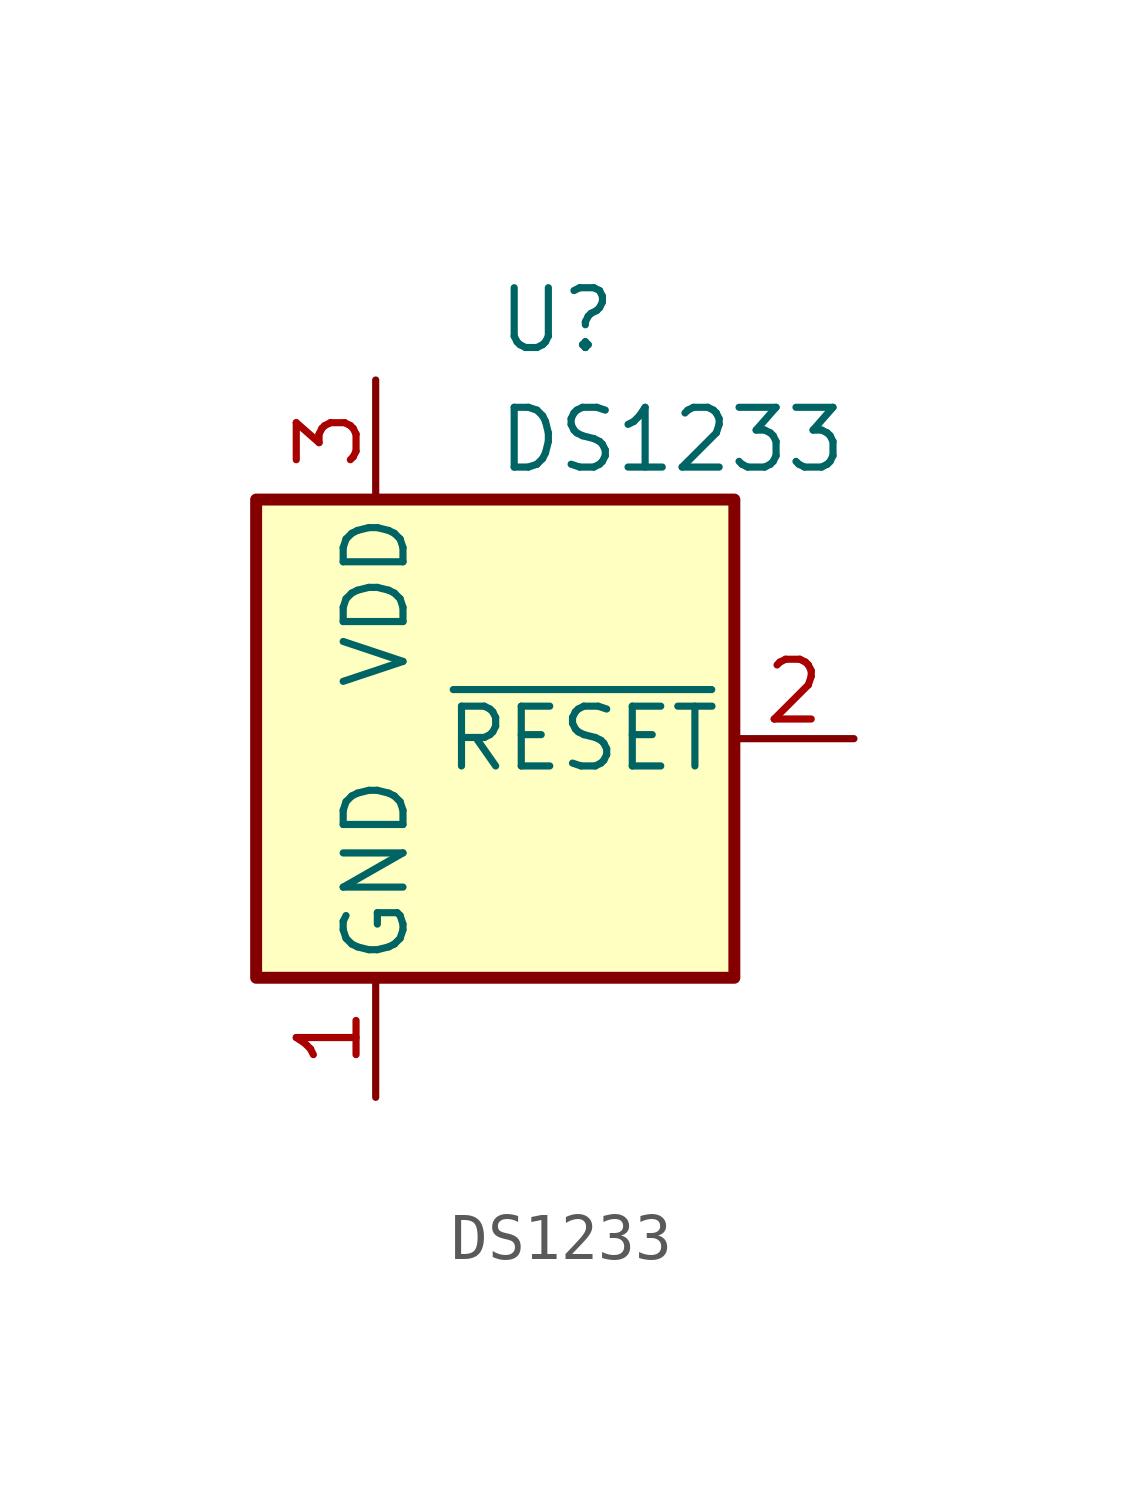
<source format=kicad_sym>
(kicad_symbol_lib
  (version 20220914)
  (generator kicad_symbol_editor)
  (symbol "DS1233"
    (pin_names
      (offset 0.254))
    (property "Reference" "U"
      (at 2.54 8.89 0)
      (effects (font (size 1.27 1.27)) (justify left)))
    (property "Value" "DS1233"
      (at 2.54 6.35 0)
      (effects (font (size 1.27 1.27)) (justify left)))
    (symbol "DS1233_0_1"
      (rectangle (start -2.54 5.08) (end 7.62 -5.08) (stroke (width 0.254) (type solid)) (fill (type background))))
    (symbol "DS1233_1_1"
      (pin power_in line (at 0 -7.62 90) (length 2.54) (name "GND" (effects (font (size 1.27 1.27)))) (number "1" (effects (font (size 1.27 1.27)))))
      (pin open_collector line (at 10.16 0 180) (length 2.54) (name "~{RESET}" (effects (font (size 1.27 1.27)))) (number "2" (effects (font (size 1.27 1.27)))))
      (pin power_in line (at 0 7.62 270) (length 2.54) (name "VDD" (effects (font (size 1.27 1.27)))) (number "3" (effects (font (size 1.27 1.27))))))))
</source>
